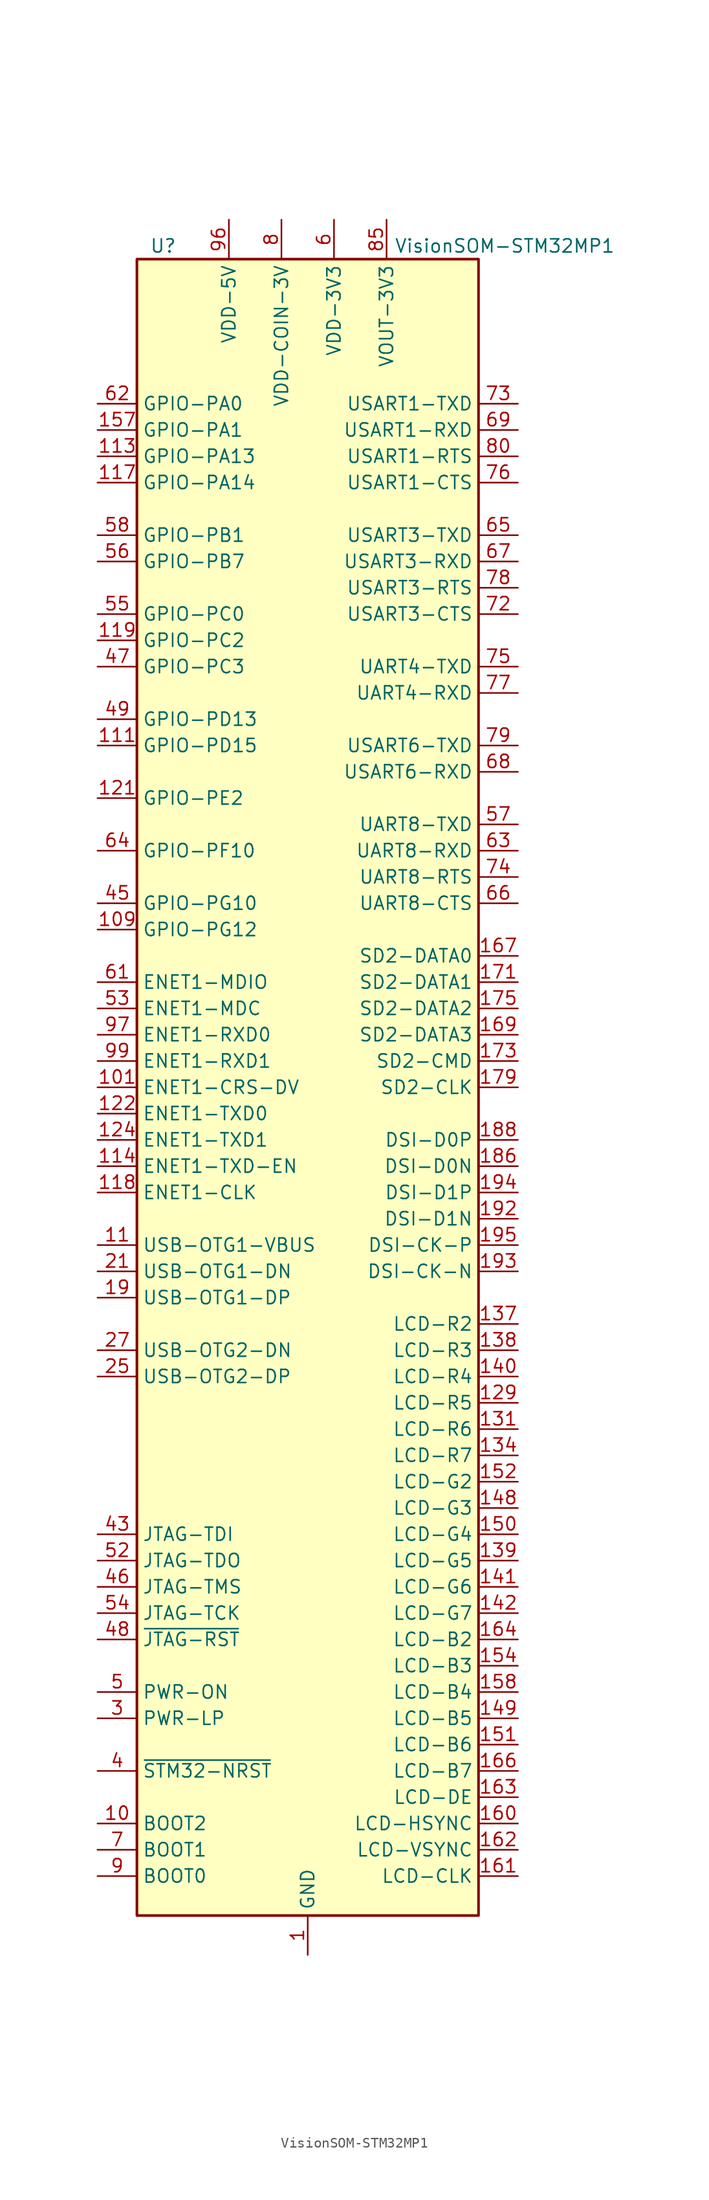
<source format=kicad_sym>
(kicad_symbol_lib
  (version 20201005)
  (generator kicad_symbol_editor)
  (symbol "MCU_Module:VisionSOM-STM32MP1"
    (property "Reference" "U"
      (at -13.97 81.28 0)
      (effects (font (size 1.27 1.27))))
    (property "Value" "VisionSOM-STM32MP1"
      (at 19.05 81.28 0)
      (effects (font (size 1.27 1.27))))
    (symbol "VisionSOM-STM32MP1_0_1"
      (rectangle (start -16.51 80.01) (end 16.51 -80.01) (stroke (width 0.254)) (fill (type background))))
    (symbol "VisionSOM-STM32MP1_1_1"
      (pin power_in line (at 0 -83.82 90) (length 3.81) (name "GND" (effects (font (size 1.27 1.27)))) (number "1" (effects (font (size 1.27 1.27)))))
      (pin input line (at -20.32 -71.12 0) (length 3.81) (name "BOOT2" (effects (font (size 1.27 1.27)))) (number "10" (effects (font (size 1.27 1.27)))))
      (pin passive line (at -7.62 83.82 270) (length 3.81) hide (name "VDD-5V" (effects (font (size 1.27 1.27)))) (number "100" (effects (font (size 1.27 1.27)))))
      (pin bidirectional line (at -20.32 0 0) (length 3.81) (name "ENET1-CRS-DV" (effects (font (size 1.27 1.27)))) (number "101" (effects (font (size 1.27 1.27)))))
      (pin passive line (at -7.62 83.82 270) (length 3.81) hide (name "VDD-5V" (effects (font (size 1.27 1.27)))) (number "102" (effects (font (size 1.27 1.27)))))
      (pin passive line (at 0 -83.82 90) (length 3.81) hide (name "GND" (effects (font (size 1.27 1.27)))) (number "103" (effects (font (size 1.27 1.27)))))
      (pin passive line (at -7.62 83.82 270) (length 3.81) hide (name "VDD-5V" (effects (font (size 1.27 1.27)))) (number "104" (effects (font (size 1.27 1.27)))))
      (pin no_connect line (at 15.24 73.66 180) (length 3.81) hide (name "NC" (effects (font (size 1.27 1.27)))) (number "105" (effects (font (size 1.27 1.27)))))
      (pin passive line (at -7.62 83.82 270) (length 3.81) hide (name "VDD-5V" (effects (font (size 1.27 1.27)))) (number "106" (effects (font (size 1.27 1.27)))))
      (pin passive line (at 0 -83.82 90) (length 3.81) hide (name "GND" (effects (font (size 1.27 1.27)))) (number "107" (effects (font (size 1.27 1.27)))))
      (pin passive line (at -7.62 83.82 270) (length 3.81) hide (name "VDD-5V" (effects (font (size 1.27 1.27)))) (number "108" (effects (font (size 1.27 1.27)))))
      (pin bidirectional line (at -20.32 15.24 0) (length 3.81) (name "GPIO-PG12" (effects (font (size 1.27 1.27)))) (number "109" (effects (font (size 1.27 1.27)))))
      (pin input line (at -20.32 -15.24 0) (length 3.81) (name "USB-OTG1-VBUS" (effects (font (size 1.27 1.27)))) (number "11" (effects (font (size 1.27 1.27)))))
      (pin passive line (at -7.62 83.82 270) (length 3.81) hide (name "VDD-5V" (effects (font (size 1.27 1.27)))) (number "110" (effects (font (size 1.27 1.27)))))
      (pin bidirectional line (at -20.32 33.02 0) (length 3.81) (name "GPIO-PD15" (effects (font (size 1.27 1.27)))) (number "111" (effects (font (size 1.27 1.27)))))
      (pin passive line (at -7.62 83.82 270) (length 3.81) hide (name "VDD-5V" (effects (font (size 1.27 1.27)))) (number "112" (effects (font (size 1.27 1.27)))))
      (pin bidirectional line (at -20.32 60.96 0) (length 3.81) (name "GPIO-PA13" (effects (font (size 1.27 1.27)))) (number "113" (effects (font (size 1.27 1.27)))))
      (pin bidirectional line (at -20.32 -7.62 0) (length 3.81) (name "ENET1-TXD-EN" (effects (font (size 1.27 1.27)))) (number "114" (effects (font (size 1.27 1.27)))))
      (pin passive line (at 0 -83.82 90) (length 3.81) hide (name "GND" (effects (font (size 1.27 1.27)))) (number "115" (effects (font (size 1.27 1.27)))))
      (pin passive line (at 0 -83.82 90) (length 3.81) hide (name "GND" (effects (font (size 1.27 1.27)))) (number "116" (effects (font (size 1.27 1.27)))))
      (pin bidirectional line (at -20.32 58.42 0) (length 3.81) (name "GPIO-PA14" (effects (font (size 1.27 1.27)))) (number "117" (effects (font (size 1.27 1.27)))))
      (pin bidirectional line (at -20.32 -10.16 0) (length 3.81) (name "ENET1-CLK" (effects (font (size 1.27 1.27)))) (number "118" (effects (font (size 1.27 1.27)))))
      (pin bidirectional line (at -20.32 43.18 0) (length 3.81) (name "GPIO-PC2" (effects (font (size 1.27 1.27)))) (number "119" (effects (font (size 1.27 1.27)))))
      (pin no_connect line (at -15.24 73.66 0) (length 3.81) hide (name "NC" (effects (font (size 1.27 1.27)))) (number "12" (effects (font (size 1.27 1.27)))))
      (pin passive line (at 0 -83.82 90) (length 3.81) hide (name "GND" (effects (font (size 1.27 1.27)))) (number "120" (effects (font (size 1.27 1.27)))))
      (pin bidirectional line (at -20.32 27.94 0) (length 3.81) (name "GPIO-PE2" (effects (font (size 1.27 1.27)))) (number "121" (effects (font (size 1.27 1.27)))))
      (pin bidirectional line (at -20.32 -2.54 0) (length 3.81) (name "ENET1-TXD0" (effects (font (size 1.27 1.27)))) (number "122" (effects (font (size 1.27 1.27)))))
      (pin no_connect line (at 15.24 71.12 180) (length 3.81) hide (name "NC" (effects (font (size 1.27 1.27)))) (number "123" (effects (font (size 1.27 1.27)))))
      (pin bidirectional line (at -20.32 -5.08 0) (length 3.81) (name "ENET1-TXD1" (effects (font (size 1.27 1.27)))) (number "124" (effects (font (size 1.27 1.27)))))
      (pin passive line (at 0 -83.82 90) (length 3.81) hide (name "GND" (effects (font (size 1.27 1.27)))) (number "125" (effects (font (size 1.27 1.27)))))
      (pin no_connect line (at 15.24 68.58 180) (length 3.81) hide (name "NC" (effects (font (size 1.27 1.27)))) (number "126" (effects (font (size 1.27 1.27)))))
      (pin passive line (at 0 -83.82 90) (length 3.81) hide (name "GND" (effects (font (size 1.27 1.27)))) (number "127" (effects (font (size 1.27 1.27)))))
      (pin passive line (at 0 -83.82 90) (length 3.81) hide (name "GND" (effects (font (size 1.27 1.27)))) (number "128" (effects (font (size 1.27 1.27)))))
      (pin bidirectional line (at 20.32 -30.48 180) (length 3.81) (name "LCD-R5" (effects (font (size 1.27 1.27)))) (number "129" (effects (font (size 1.27 1.27)))))
      (pin no_connect line (at -15.24 71.12 0) (length 3.81) hide (name "NC" (effects (font (size 1.27 1.27)))) (number "13" (effects (font (size 1.27 1.27)))))
      (pin passive line (at 0 -83.82 90) (length 3.81) hide (name "GND" (effects (font (size 1.27 1.27)))) (number "130" (effects (font (size 1.27 1.27)))))
      (pin bidirectional line (at 20.32 -33.02 180) (length 3.81) (name "LCD-R6" (effects (font (size 1.27 1.27)))) (number "131" (effects (font (size 1.27 1.27)))))
      (pin passive line (at 0 -83.82 90) (length 3.81) hide (name "GND" (effects (font (size 1.27 1.27)))) (number "132" (effects (font (size 1.27 1.27)))))
      (pin passive line (at 0 -83.82 90) (length 3.81) hide (name "GND" (effects (font (size 1.27 1.27)))) (number "133" (effects (font (size 1.27 1.27)))))
      (pin bidirectional line (at 20.32 -35.56 180) (length 3.81) (name "LCD-R7" (effects (font (size 1.27 1.27)))) (number "134" (effects (font (size 1.27 1.27)))))
      (pin passive line (at 0 -83.82 90) (length 3.81) hide (name "GND" (effects (font (size 1.27 1.27)))) (number "135" (effects (font (size 1.27 1.27)))))
      (pin passive line (at 0 -83.82 90) (length 3.81) hide (name "GND" (effects (font (size 1.27 1.27)))) (number "136" (effects (font (size 1.27 1.27)))))
      (pin bidirectional line (at 20.32 -22.86 180) (length 3.81) (name "LCD-R2" (effects (font (size 1.27 1.27)))) (number "137" (effects (font (size 1.27 1.27)))))
      (pin bidirectional line (at 20.32 -25.4 180) (length 3.81) (name "LCD-R3" (effects (font (size 1.27 1.27)))) (number "138" (effects (font (size 1.27 1.27)))))
      (pin bidirectional line (at 20.32 -45.72 180) (length 3.81) (name "LCD-G5" (effects (font (size 1.27 1.27)))) (number "139" (effects (font (size 1.27 1.27)))))
      (pin no_connect line (at -15.24 68.58 0) (length 3.81) hide (name "NC" (effects (font (size 1.27 1.27)))) (number "14" (effects (font (size 1.27 1.27)))))
      (pin bidirectional line (at 20.32 -27.94 180) (length 3.81) (name "LCD-R4" (effects (font (size 1.27 1.27)))) (number "140" (effects (font (size 1.27 1.27)))))
      (pin bidirectional line (at 20.32 -48.26 180) (length 3.81) (name "LCD-G6" (effects (font (size 1.27 1.27)))) (number "141" (effects (font (size 1.27 1.27)))))
      (pin bidirectional line (at 20.32 -50.8 180) (length 3.81) (name "LCD-G7" (effects (font (size 1.27 1.27)))) (number "142" (effects (font (size 1.27 1.27)))))
      (pin passive line (at 0 -83.82 90) (length 3.81) hide (name "GND" (effects (font (size 1.27 1.27)))) (number "143" (effects (font (size 1.27 1.27)))))
      (pin passive line (at 0 -83.82 90) (length 3.81) hide (name "GND" (effects (font (size 1.27 1.27)))) (number "144" (effects (font (size 1.27 1.27)))))
      (pin passive line (at 0 -83.82 90) (length 3.81) hide (name "GND" (effects (font (size 1.27 1.27)))) (number "145" (effects (font (size 1.27 1.27)))))
      (pin passive line (at 0 -83.82 90) (length 3.81) hide (name "GND" (effects (font (size 1.27 1.27)))) (number "146" (effects (font (size 1.27 1.27)))))
      (pin passive line (at 0 -83.82 90) (length 3.81) hide (name "GND" (effects (font (size 1.27 1.27)))) (number "147" (effects (font (size 1.27 1.27)))))
      (pin bidirectional line (at 20.32 -40.64 180) (length 3.81) (name "LCD-G3" (effects (font (size 1.27 1.27)))) (number "148" (effects (font (size 1.27 1.27)))))
      (pin bidirectional line (at 20.32 -60.96 180) (length 3.81) (name "LCD-B5" (effects (font (size 1.27 1.27)))) (number "149" (effects (font (size 1.27 1.27)))))
      (pin passive line (at 0 -83.82 90) (length 3.81) hide (name "GND" (effects (font (size 1.27 1.27)))) (number "15" (effects (font (size 1.27 1.27)))))
      (pin bidirectional line (at 20.32 -43.18 180) (length 3.81) (name "LCD-G4" (effects (font (size 1.27 1.27)))) (number "150" (effects (font (size 1.27 1.27)))))
      (pin bidirectional line (at 20.32 -63.5 180) (length 3.81) (name "LCD-B6" (effects (font (size 1.27 1.27)))) (number "151" (effects (font (size 1.27 1.27)))))
      (pin bidirectional line (at 20.32 -38.1 180) (length 3.81) (name "LCD-G2" (effects (font (size 1.27 1.27)))) (number "152" (effects (font (size 1.27 1.27)))))
      (pin passive line (at 0 -83.82 90) (length 3.81) hide (name "GND" (effects (font (size 1.27 1.27)))) (number "153" (effects (font (size 1.27 1.27)))))
      (pin bidirectional line (at 20.32 -55.88 180) (length 3.81) (name "LCD-B3" (effects (font (size 1.27 1.27)))) (number "154" (effects (font (size 1.27 1.27)))))
      (pin passive line (at 0 -83.82 90) (length 3.81) hide (name "GND" (effects (font (size 1.27 1.27)))) (number "155" (effects (font (size 1.27 1.27)))))
      (pin passive line (at 0 -83.82 90) (length 3.81) hide (name "GND" (effects (font (size 1.27 1.27)))) (number "156" (effects (font (size 1.27 1.27)))))
      (pin bidirectional line (at -20.32 63.5 0) (length 3.81) (name "GPIO-PA1" (effects (font (size 1.27 1.27)))) (number "157" (effects (font (size 1.27 1.27)))))
      (pin bidirectional line (at 20.32 -58.42 180) (length 3.81) (name "LCD-B4" (effects (font (size 1.27 1.27)))) (number "158" (effects (font (size 1.27 1.27)))))
      (pin passive line (at 0 -83.82 90) (length 3.81) hide (name "GND" (effects (font (size 1.27 1.27)))) (number "159" (effects (font (size 1.27 1.27)))))
      (pin no_connect line (at -15.24 55.88 0) (length 3.81) hide (name "NC" (effects (font (size 1.27 1.27)))) (number "16" (effects (font (size 1.27 1.27)))))
      (pin bidirectional line (at 20.32 -71.12 180) (length 3.81) (name "LCD-HSYNC" (effects (font (size 1.27 1.27)))) (number "160" (effects (font (size 1.27 1.27)))))
      (pin bidirectional line (at 20.32 -76.2 180) (length 3.81) (name "LCD-CLK" (effects (font (size 1.27 1.27)))) (number "161" (effects (font (size 1.27 1.27)))))
      (pin bidirectional line (at 20.32 -73.66 180) (length 3.81) (name "LCD-VSYNC" (effects (font (size 1.27 1.27)))) (number "162" (effects (font (size 1.27 1.27)))))
      (pin bidirectional line (at 20.32 -68.58 180) (length 3.81) (name "LCD-DE" (effects (font (size 1.27 1.27)))) (number "163" (effects (font (size 1.27 1.27)))))
      (pin bidirectional line (at 20.32 -53.34 180) (length 3.81) (name "LCD-B2" (effects (font (size 1.27 1.27)))) (number "164" (effects (font (size 1.27 1.27)))))
      (pin passive line (at 0 -83.82 90) (length 3.81) hide (name "GND" (effects (font (size 1.27 1.27)))) (number "165" (effects (font (size 1.27 1.27)))))
      (pin bidirectional line (at 20.32 -66.04 180) (length 3.81) (name "LCD-B7" (effects (font (size 1.27 1.27)))) (number "166" (effects (font (size 1.27 1.27)))))
      (pin bidirectional line (at 20.32 12.7 180) (length 3.81) (name "SD2-DATA0" (effects (font (size 1.27 1.27)))) (number "167" (effects (font (size 1.27 1.27)))))
      (pin passive line (at 0 -83.82 90) (length 3.81) hide (name "GND" (effects (font (size 1.27 1.27)))) (number "168" (effects (font (size 1.27 1.27)))))
      (pin bidirectional line (at 20.32 5.08 180) (length 3.81) (name "SD2-DATA3" (effects (font (size 1.27 1.27)))) (number "169" (effects (font (size 1.27 1.27)))))
      (pin passive line (at 0 -83.82 90) (length 3.81) hide (name "GND" (effects (font (size 1.27 1.27)))) (number "17" (effects (font (size 1.27 1.27)))))
      (pin passive line (at 0 -83.82 90) (length 3.81) hide (name "GND" (effects (font (size 1.27 1.27)))) (number "170" (effects (font (size 1.27 1.27)))))
      (pin bidirectional line (at 20.32 10.16 180) (length 3.81) (name "SD2-DATA1" (effects (font (size 1.27 1.27)))) (number "171" (effects (font (size 1.27 1.27)))))
      (pin passive line (at 0 -83.82 90) (length 3.81) hide (name "GND" (effects (font (size 1.27 1.27)))) (number "172" (effects (font (size 1.27 1.27)))))
      (pin bidirectional line (at 20.32 2.54 180) (length 3.81) (name "SD2-CMD" (effects (font (size 1.27 1.27)))) (number "173" (effects (font (size 1.27 1.27)))))
      (pin passive line (at 0 -83.82 90) (length 3.81) hide (name "GND" (effects (font (size 1.27 1.27)))) (number "174" (effects (font (size 1.27 1.27)))))
      (pin bidirectional line (at 20.32 7.62 180) (length 3.81) (name "SD2-DATA2" (effects (font (size 1.27 1.27)))) (number "175" (effects (font (size 1.27 1.27)))))
      (pin passive line (at 0 -83.82 90) (length 3.81) hide (name "GND" (effects (font (size 1.27 1.27)))) (number "176" (effects (font (size 1.27 1.27)))))
      (pin passive line (at 0 -83.82 90) (length 3.81) hide (name "GND" (effects (font (size 1.27 1.27)))) (number "177" (effects (font (size 1.27 1.27)))))
      (pin passive line (at 0 -83.82 90) (length 3.81) hide (name "GND" (effects (font (size 1.27 1.27)))) (number "178" (effects (font (size 1.27 1.27)))))
      (pin bidirectional line (at 20.32 0 180) (length 3.81) (name "SD2-CLK" (effects (font (size 1.27 1.27)))) (number "179" (effects (font (size 1.27 1.27)))))
      (pin no_connect line (at -15.24 48.26 0) (length 3.81) hide (name "NC" (effects (font (size 1.27 1.27)))) (number "18" (effects (font (size 1.27 1.27)))))
      (pin passive line (at 0 -83.82 90) (length 3.81) hide (name "GND" (effects (font (size 1.27 1.27)))) (number "180" (effects (font (size 1.27 1.27)))))
      (pin passive line (at 0 -83.82 90) (length 3.81) hide (name "GND" (effects (font (size 1.27 1.27)))) (number "181" (effects (font (size 1.27 1.27)))))
      (pin passive line (at 0 -83.82 90) (length 3.81) hide (name "GND" (effects (font (size 1.27 1.27)))) (number "182" (effects (font (size 1.27 1.27)))))
      (pin no_connect line (at 15.24 55.88 180) (length 3.81) hide (name "NC" (effects (font (size 1.27 1.27)))) (number "183" (effects (font (size 1.27 1.27)))))
      (pin passive line (at 0 -83.82 90) (length 3.81) hide (name "GND" (effects (font (size 1.27 1.27)))) (number "184" (effects (font (size 1.27 1.27)))))
      (pin passive line (at 0 -83.82 90) (length 3.81) hide (name "GND" (effects (font (size 1.27 1.27)))) (number "185" (effects (font (size 1.27 1.27)))))
      (pin bidirectional line (at 20.32 -7.62 180) (length 3.81) (name "DSI-D0N" (effects (font (size 1.27 1.27)))) (number "186" (effects (font (size 1.27 1.27)))))
      (pin no_connect line (at 15.24 43.18 180) (length 3.81) hide (name "NC" (effects (font (size 1.27 1.27)))) (number "187" (effects (font (size 1.27 1.27)))))
      (pin bidirectional line (at 20.32 -5.08 180) (length 3.81) (name "DSI-D0P" (effects (font (size 1.27 1.27)))) (number "188" (effects (font (size 1.27 1.27)))))
      (pin passive line (at 0 -83.82 90) (length 3.81) hide (name "GND" (effects (font (size 1.27 1.27)))) (number "189" (effects (font (size 1.27 1.27)))))
      (pin bidirectional line (at -20.32 -20.32 0) (length 3.81) (name "USB-OTG1-DP" (effects (font (size 1.27 1.27)))) (number "19" (effects (font (size 1.27 1.27)))))
      (pin no_connect line (at 15.24 35.56 180) (length 3.81) hide (name "NC" (effects (font (size 1.27 1.27)))) (number "190" (effects (font (size 1.27 1.27)))))
      (pin no_connect line (at 15.24 27.94 180) (length 3.81) hide (name "NC" (effects (font (size 1.27 1.27)))) (number "191" (effects (font (size 1.27 1.27)))))
      (pin bidirectional line (at 20.32 -12.7 180) (length 3.81) (name "DSI-D1N" (effects (font (size 1.27 1.27)))) (number "192" (effects (font (size 1.27 1.27)))))
      (pin bidirectional line (at 20.32 -17.78 180) (length 3.81) (name "DSI-CK-N" (effects (font (size 1.27 1.27)))) (number "193" (effects (font (size 1.27 1.27)))))
      (pin bidirectional line (at 20.32 -10.16 180) (length 3.81) (name "DSI-D1P" (effects (font (size 1.27 1.27)))) (number "194" (effects (font (size 1.27 1.27)))))
      (pin bidirectional line (at 20.32 -15.24 180) (length 3.81) (name "DSI-CK-P" (effects (font (size 1.27 1.27)))) (number "195" (effects (font (size 1.27 1.27)))))
      (pin no_connect line (at 15.24 15.24 180) (length 3.81) hide (name "NC" (effects (font (size 1.27 1.27)))) (number "196" (effects (font (size 1.27 1.27)))))
      (pin no_connect line (at 15.24 -2.54 180) (length 3.81) hide (name "NC" (effects (font (size 1.27 1.27)))) (number "197" (effects (font (size 1.27 1.27)))))
      (pin no_connect line (at 15.24 -20.32 180) (length 3.81) hide (name "NC" (effects (font (size 1.27 1.27)))) (number "198" (effects (font (size 1.27 1.27)))))
      (pin passive line (at 0 -83.82 90) (length 3.81) hide (name "GND" (effects (font (size 1.27 1.27)))) (number "199" (effects (font (size 1.27 1.27)))))
      (pin passive line (at 0 -83.82 90) (length 3.81) hide (name "GND" (effects (font (size 1.27 1.27)))) (number "2" (effects (font (size 1.27 1.27)))))
      (pin passive line (at 0 -83.82 90) (length 3.81) hide (name "GND" (effects (font (size 1.27 1.27)))) (number "20" (effects (font (size 1.27 1.27)))))
      (pin passive line (at 0 -83.82 90) (length 3.81) hide (name "GND" (effects (font (size 1.27 1.27)))) (number "200" (effects (font (size 1.27 1.27)))))
      (pin bidirectional line (at -20.32 -17.78 0) (length 3.81) (name "USB-OTG1-DN" (effects (font (size 1.27 1.27)))) (number "21" (effects (font (size 1.27 1.27)))))
      (pin passive line (at 0 -83.82 90) (length 3.81) hide (name "GND" (effects (font (size 1.27 1.27)))) (number "22" (effects (font (size 1.27 1.27)))))
      (pin passive line (at 0 -83.82 90) (length 3.81) hide (name "GND" (effects (font (size 1.27 1.27)))) (number "23" (effects (font (size 1.27 1.27)))))
      (pin no_connect line (at -15.24 38.1 0) (length 3.81) hide (name "NC" (effects (font (size 1.27 1.27)))) (number "24" (effects (font (size 1.27 1.27)))))
      (pin bidirectional line (at -20.32 -27.94 0) (length 3.81) (name "USB-OTG2-DP" (effects (font (size 1.27 1.27)))) (number "25" (effects (font (size 1.27 1.27)))))
      (pin passive line (at 0 -83.82 90) (length 3.81) hide (name "GND" (effects (font (size 1.27 1.27)))) (number "26" (effects (font (size 1.27 1.27)))))
      (pin bidirectional line (at -20.32 -25.4 0) (length 3.81) (name "USB-OTG2-DN" (effects (font (size 1.27 1.27)))) (number "27" (effects (font (size 1.27 1.27)))))
      (pin passive line (at 0 -83.82 90) (length 3.81) hide (name "GND" (effects (font (size 1.27 1.27)))) (number "28" (effects (font (size 1.27 1.27)))))
      (pin passive line (at 0 -83.82 90) (length 3.81) hide (name "GND" (effects (font (size 1.27 1.27)))) (number "29" (effects (font (size 1.27 1.27)))))
      (pin output line (at -20.32 -60.96 0) (length 3.81) (name "PWR-LP" (effects (font (size 1.27 1.27)))) (number "3" (effects (font (size 1.27 1.27)))))
      (pin no_connect line (at -15.24 30.48 0) (length 3.81) hide (name "NC" (effects (font (size 1.27 1.27)))) (number "30" (effects (font (size 1.27 1.27)))))
      (pin no_connect line (at -15.24 25.4 0) (length 3.81) hide (name "NC" (effects (font (size 1.27 1.27)))) (number "31" (effects (font (size 1.27 1.27)))))
      (pin no_connect line (at -15.24 20.32 0) (length 3.81) hide (name "NC" (effects (font (size 1.27 1.27)))) (number "32" (effects (font (size 1.27 1.27)))))
      (pin no_connect line (at -15.24 12.7 0) (length 3.81) hide (name "NC" (effects (font (size 1.27 1.27)))) (number "33" (effects (font (size 1.27 1.27)))))
      (pin no_connect line (at -15.24 -12.7 0) (length 3.81) hide (name "NC" (effects (font (size 1.27 1.27)))) (number "34" (effects (font (size 1.27 1.27)))))
      (pin passive line (at 0 -83.82 90) (length 3.81) hide (name "GND" (effects (font (size 1.27 1.27)))) (number "35" (effects (font (size 1.27 1.27)))))
      (pin no_connect line (at -15.24 -22.86 0) (length 3.81) hide (name "NC" (effects (font (size 1.27 1.27)))) (number "36" (effects (font (size 1.27 1.27)))))
      (pin no_connect line (at -15.24 -30.48 0) (length 3.81) hide (name "NC" (effects (font (size 1.27 1.27)))) (number "37" (effects (font (size 1.27 1.27)))))
      (pin passive line (at 0 -83.82 90) (length 3.81) hide (name "GND" (effects (font (size 1.27 1.27)))) (number "38" (effects (font (size 1.27 1.27)))))
      (pin no_connect line (at -15.24 -33.02 0) (length 3.81) hide (name "NC" (effects (font (size 1.27 1.27)))) (number "39" (effects (font (size 1.27 1.27)))))
      (pin input line (at -20.32 -66.04 0) (length 3.81) (name "~STM32-NRST" (effects (font (size 1.27 1.27)))) (number "4" (effects (font (size 1.27 1.27)))))
      (pin passive line (at 0 -83.82 90) (length 3.81) hide (name "GND" (effects (font (size 1.27 1.27)))) (number "40" (effects (font (size 1.27 1.27)))))
      (pin passive line (at 0 -83.82 90) (length 3.81) hide (name "GND" (effects (font (size 1.27 1.27)))) (number "41" (effects (font (size 1.27 1.27)))))
      (pin no_connect line (at -15.24 -35.56 0) (length 3.81) hide (name "NC" (effects (font (size 1.27 1.27)))) (number "42" (effects (font (size 1.27 1.27)))))
      (pin bidirectional line (at -20.32 -43.18 0) (length 3.81) (name "JTAG-TDI" (effects (font (size 1.27 1.27)))) (number "43" (effects (font (size 1.27 1.27)))))
      (pin no_connect line (at -15.24 -38.1 0) (length 3.81) hide (name "NC" (effects (font (size 1.27 1.27)))) (number "44" (effects (font (size 1.27 1.27)))))
      (pin bidirectional line (at -20.32 17.78 0) (length 3.81) (name "GPIO-PG10" (effects (font (size 1.27 1.27)))) (number "45" (effects (font (size 1.27 1.27)))))
      (pin bidirectional line (at -20.32 -48.26 0) (length 3.81) (name "JTAG-TMS" (effects (font (size 1.27 1.27)))) (number "46" (effects (font (size 1.27 1.27)))))
      (pin bidirectional line (at -20.32 40.64 0) (length 3.81) (name "GPIO-PC3" (effects (font (size 1.27 1.27)))) (number "47" (effects (font (size 1.27 1.27)))))
      (pin bidirectional line (at -20.32 -53.34 0) (length 3.81) (name "~JTAG-RST" (effects (font (size 1.27 1.27)))) (number "48" (effects (font (size 1.27 1.27)))))
      (pin bidirectional line (at -20.32 35.56 0) (length 3.81) (name "GPIO-PD13" (effects (font (size 1.27 1.27)))) (number "49" (effects (font (size 1.27 1.27)))))
      (pin output line (at -20.32 -58.42 0) (length 3.81) (name "PWR-ON" (effects (font (size 1.27 1.27)))) (number "5" (effects (font (size 1.27 1.27)))))
      (pin passive line (at 0 -83.82 90) (length 3.81) hide (name "GND" (effects (font (size 1.27 1.27)))) (number "50" (effects (font (size 1.27 1.27)))))
      (pin passive line (at 0 -83.82 90) (length 3.81) hide (name "GND" (effects (font (size 1.27 1.27)))) (number "51" (effects (font (size 1.27 1.27)))))
      (pin bidirectional line (at -20.32 -45.72 0) (length 3.81) (name "JTAG-TDO" (effects (font (size 1.27 1.27)))) (number "52" (effects (font (size 1.27 1.27)))))
      (pin bidirectional line (at -20.32 7.62 0) (length 3.81) (name "ENET1-MDC" (effects (font (size 1.27 1.27)))) (number "53" (effects (font (size 1.27 1.27)))))
      (pin bidirectional line (at -20.32 -50.8 0) (length 3.81) (name "JTAG-TCK" (effects (font (size 1.27 1.27)))) (number "54" (effects (font (size 1.27 1.27)))))
      (pin bidirectional line (at -20.32 45.72 0) (length 3.81) (name "GPIO-PC0" (effects (font (size 1.27 1.27)))) (number "55" (effects (font (size 1.27 1.27)))))
      (pin bidirectional line (at -20.32 50.8 0) (length 3.81) (name "GPIO-PB7" (effects (font (size 1.27 1.27)))) (number "56" (effects (font (size 1.27 1.27)))))
      (pin bidirectional line (at 20.32 25.4 180) (length 3.81) (name "UART8-TXD" (effects (font (size 1.27 1.27)))) (number "57" (effects (font (size 1.27 1.27)))))
      (pin bidirectional line (at -20.32 53.34 0) (length 3.81) (name "GPIO-PB1" (effects (font (size 1.27 1.27)))) (number "58" (effects (font (size 1.27 1.27)))))
      (pin passive line (at 0 -83.82 90) (length 3.81) hide (name "GND" (effects (font (size 1.27 1.27)))) (number "59" (effects (font (size 1.27 1.27)))))
      (pin power_in line (at 2.54 83.82 270) (length 3.81) (name "VDD-3V3" (effects (font (size 1.27 1.27)))) (number "6" (effects (font (size 1.27 1.27)))))
      (pin passive line (at 0 -83.82 90) (length 3.81) hide (name "GND" (effects (font (size 1.27 1.27)))) (number "60" (effects (font (size 1.27 1.27)))))
      (pin bidirectional line (at -20.32 10.16 0) (length 3.81) (name "ENET1-MDIO" (effects (font (size 1.27 1.27)))) (number "61" (effects (font (size 1.27 1.27)))))
      (pin bidirectional line (at -20.32 66.04 0) (length 3.81) (name "GPIO-PA0" (effects (font (size 1.27 1.27)))) (number "62" (effects (font (size 1.27 1.27)))))
      (pin bidirectional line (at 20.32 22.86 180) (length 3.81) (name "UART8-RXD" (effects (font (size 1.27 1.27)))) (number "63" (effects (font (size 1.27 1.27)))))
      (pin bidirectional line (at -20.32 22.86 0) (length 3.81) (name "GPIO-PF10" (effects (font (size 1.27 1.27)))) (number "64" (effects (font (size 1.27 1.27)))))
      (pin bidirectional line (at 20.32 53.34 180) (length 3.81) (name "USART3-TXD" (effects (font (size 1.27 1.27)))) (number "65" (effects (font (size 1.27 1.27)))))
      (pin bidirectional line (at 20.32 17.78 180) (length 3.81) (name "UART8-CTS" (effects (font (size 1.27 1.27)))) (number "66" (effects (font (size 1.27 1.27)))))
      (pin bidirectional line (at 20.32 50.8 180) (length 3.81) (name "USART3-RXD" (effects (font (size 1.27 1.27)))) (number "67" (effects (font (size 1.27 1.27)))))
      (pin bidirectional line (at 20.32 30.48 180) (length 3.81) (name "USART6-RXD" (effects (font (size 1.27 1.27)))) (number "68" (effects (font (size 1.27 1.27)))))
      (pin bidirectional line (at 20.32 63.5 180) (length 3.81) (name "USART1-RXD" (effects (font (size 1.27 1.27)))) (number "69" (effects (font (size 1.27 1.27)))))
      (pin input line (at -20.32 -73.66 0) (length 3.81) (name "BOOT1" (effects (font (size 1.27 1.27)))) (number "7" (effects (font (size 1.27 1.27)))))
      (pin passive line (at 0 -83.82 90) (length 3.81) hide (name "GND" (effects (font (size 1.27 1.27)))) (number "70" (effects (font (size 1.27 1.27)))))
      (pin passive line (at 0 -83.82 90) (length 3.81) hide (name "GND" (effects (font (size 1.27 1.27)))) (number "71" (effects (font (size 1.27 1.27)))))
      (pin bidirectional line (at 20.32 45.72 180) (length 3.81) (name "USART3-CTS" (effects (font (size 1.27 1.27)))) (number "72" (effects (font (size 1.27 1.27)))))
      (pin bidirectional line (at 20.32 66.04 180) (length 3.81) (name "USART1-TXD" (effects (font (size 1.27 1.27)))) (number "73" (effects (font (size 1.27 1.27)))))
      (pin bidirectional line (at 20.32 20.32 180) (length 3.81) (name "UART8-RTS" (effects (font (size 1.27 1.27)))) (number "74" (effects (font (size 1.27 1.27)))))
      (pin bidirectional line (at 20.32 40.64 180) (length 3.81) (name "UART4-TXD" (effects (font (size 1.27 1.27)))) (number "75" (effects (font (size 1.27 1.27)))))
      (pin bidirectional line (at 20.32 58.42 180) (length 3.81) (name "USART1-CTS" (effects (font (size 1.27 1.27)))) (number "76" (effects (font (size 1.27 1.27)))))
      (pin bidirectional line (at 20.32 38.1 180) (length 3.81) (name "UART4-RXD" (effects (font (size 1.27 1.27)))) (number "77" (effects (font (size 1.27 1.27)))))
      (pin bidirectional line (at 20.32 48.26 180) (length 3.81) (name "USART3-RTS" (effects (font (size 1.27 1.27)))) (number "78" (effects (font (size 1.27 1.27)))))
      (pin bidirectional line (at 20.32 33.02 180) (length 3.81) (name "USART6-TXD" (effects (font (size 1.27 1.27)))) (number "79" (effects (font (size 1.27 1.27)))))
      (pin power_in line (at -2.54 83.82 270) (length 3.81) (name "VDD-COIN-3V" (effects (font (size 1.27 1.27)))) (number "8" (effects (font (size 1.27 1.27)))))
      (pin bidirectional line (at 20.32 60.96 180) (length 3.81) (name "USART1-RTS" (effects (font (size 1.27 1.27)))) (number "80" (effects (font (size 1.27 1.27)))))
      (pin passive line (at 0 -83.82 90) (length 3.81) hide (name "GND" (effects (font (size 1.27 1.27)))) (number "81" (effects (font (size 1.27 1.27)))))
      (pin passive line (at 0 -83.82 90) (length 3.81) hide (name "GND" (effects (font (size 1.27 1.27)))) (number "82" (effects (font (size 1.27 1.27)))))
      (pin no_connect line (at -15.24 -40.64 0) (length 3.81) hide (name "NC" (effects (font (size 1.27 1.27)))) (number "83" (effects (font (size 1.27 1.27)))))
      (pin passive line (at 0 -83.82 90) (length 3.81) hide (name "GND" (effects (font (size 1.27 1.27)))) (number "84" (effects (font (size 1.27 1.27)))))
      (pin power_out line (at 7.62 83.82 270) (length 3.81) (name "VOUT-3V3" (effects (font (size 1.27 1.27)))) (number "85" (effects (font (size 1.27 1.27)))))
      (pin no_connect line (at -15.24 -55.88 0) (length 3.81) hide (name "NC" (effects (font (size 1.27 1.27)))) (number "86" (effects (font (size 1.27 1.27)))))
      (pin passive line (at 7.62 83.82 270) (length 3.81) hide (name "VOUT-3V3" (effects (font (size 1.27 1.27)))) (number "87" (effects (font (size 1.27 1.27)))))
      (pin passive line (at 7.62 83.82 270) (length 3.81) hide (name "VOUT-3V3" (effects (font (size 1.27 1.27)))) (number "88" (effects (font (size 1.27 1.27)))))
      (pin passive line (at 7.62 83.82 270) (length 3.81) hide (name "VOUT-3V3" (effects (font (size 1.27 1.27)))) (number "89" (effects (font (size 1.27 1.27)))))
      (pin input line (at -20.32 -76.2 0) (length 3.81) (name "BOOT0" (effects (font (size 1.27 1.27)))) (number "9" (effects (font (size 1.27 1.27)))))
      (pin passive line (at 7.62 83.82 270) (length 3.81) hide (name "VOUT-3V3" (effects (font (size 1.27 1.27)))) (number "90" (effects (font (size 1.27 1.27)))))
      (pin passive line (at 7.62 83.82 270) (length 3.81) hide (name "VOUT-3V3" (effects (font (size 1.27 1.27)))) (number "91" (effects (font (size 1.27 1.27)))))
      (pin passive line (at 7.62 83.82 270) (length 3.81) hide (name "VOUT-3V3" (effects (font (size 1.27 1.27)))) (number "92" (effects (font (size 1.27 1.27)))))
      (pin passive line (at 7.62 83.82 270) (length 3.81) hide (name "VOUT-3V3" (effects (font (size 1.27 1.27)))) (number "93" (effects (font (size 1.27 1.27)))))
      (pin no_connect line (at -15.24 -63.5 0) (length 3.81) hide (name "NC" (effects (font (size 1.27 1.27)))) (number "94" (effects (font (size 1.27 1.27)))))
      (pin no_connect line (at -15.24 -68.58 0) (length 3.81) hide (name "NC" (effects (font (size 1.27 1.27)))) (number "95" (effects (font (size 1.27 1.27)))))
      (pin power_in line (at -7.62 83.82 270) (length 3.81) (name "VDD-5V" (effects (font (size 1.27 1.27)))) (number "96" (effects (font (size 1.27 1.27)))))
      (pin bidirectional line (at -20.32 5.08 0) (length 3.81) (name "ENET1-RXD0" (effects (font (size 1.27 1.27)))) (number "97" (effects (font (size 1.27 1.27)))))
      (pin passive line (at -7.62 83.82 270) (length 3.81) hide (name "VDD-5V" (effects (font (size 1.27 1.27)))) (number "98" (effects (font (size 1.27 1.27)))))
      (pin bidirectional line (at -20.32 2.54 0) (length 3.81) (name "ENET1-RXD1" (effects (font (size 1.27 1.27)))) (number "99" (effects (font (size 1.27 1.27))))))))
</source>
